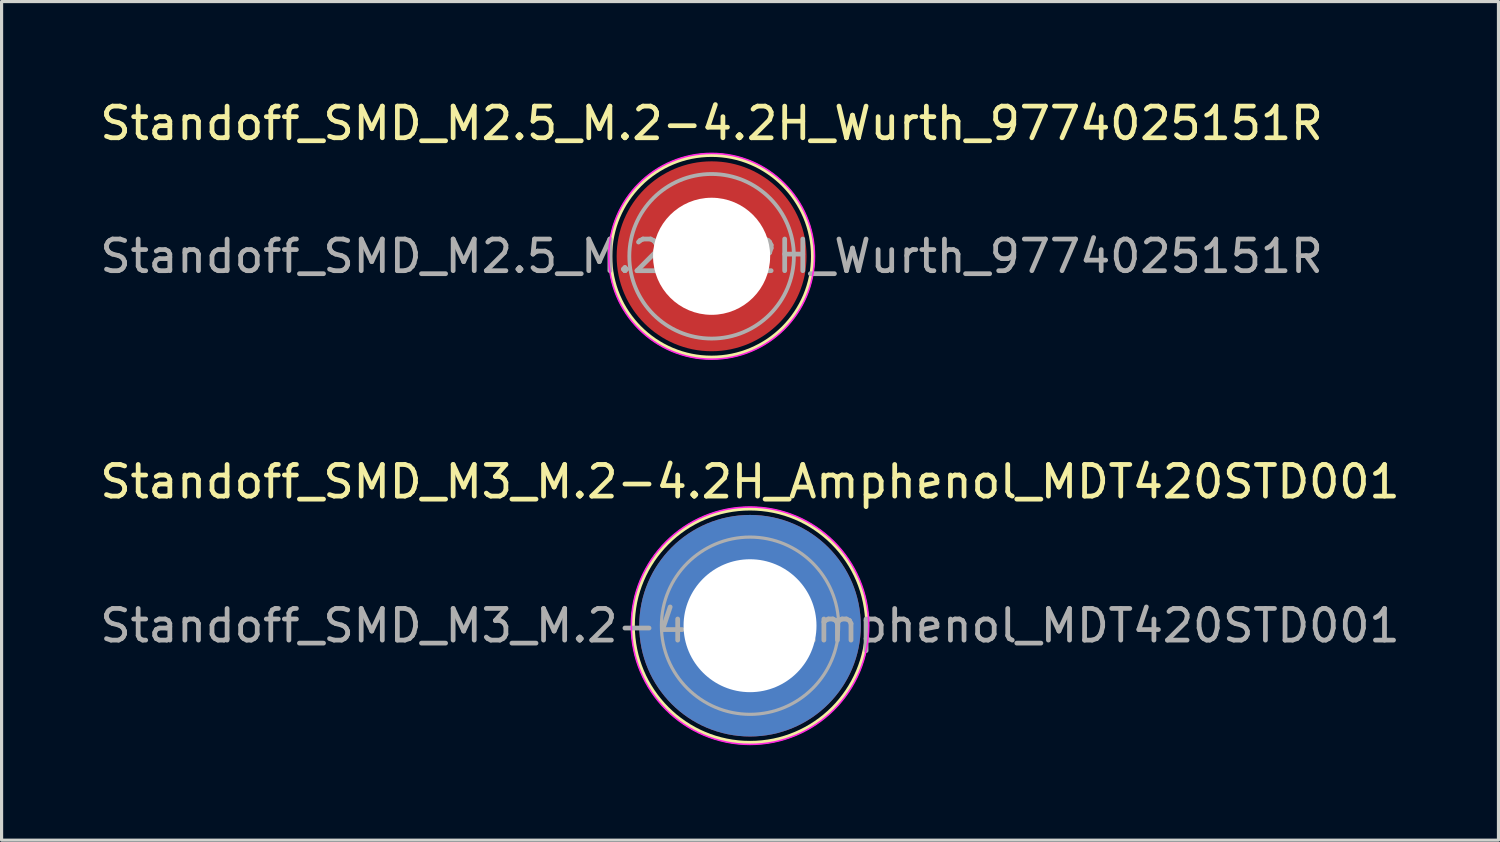
<source format=kicad_pcb>
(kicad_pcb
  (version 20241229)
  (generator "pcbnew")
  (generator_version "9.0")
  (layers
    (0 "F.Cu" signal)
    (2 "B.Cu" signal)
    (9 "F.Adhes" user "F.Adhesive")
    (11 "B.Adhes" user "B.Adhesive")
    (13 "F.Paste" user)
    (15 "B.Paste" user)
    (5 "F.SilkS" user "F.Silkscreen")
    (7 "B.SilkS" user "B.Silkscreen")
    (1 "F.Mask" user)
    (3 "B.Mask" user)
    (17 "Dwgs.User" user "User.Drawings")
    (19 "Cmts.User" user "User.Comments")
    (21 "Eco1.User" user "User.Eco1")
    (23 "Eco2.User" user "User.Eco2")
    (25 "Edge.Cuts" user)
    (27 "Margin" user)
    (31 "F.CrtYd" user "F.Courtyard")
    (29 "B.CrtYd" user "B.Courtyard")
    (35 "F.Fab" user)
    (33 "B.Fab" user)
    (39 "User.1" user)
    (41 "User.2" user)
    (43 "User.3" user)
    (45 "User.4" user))
  (footprint "Standoff_SMD_M2.5_M.2-4.2H_Wurth_9774025151R"
    (layer "F.Cu")
    (at 19.435 5.048)
    (property "Reference" "Standoff_SMD_M2.5_M.2-4.2H_Wurth_9774025151R" (at 0 -4.2 0) (unlocked yes) (layer "F.SilkS") (effects (font (size 1 1) (thickness 0.15))))
    (attr smd)
    (fp_circle (center 0 0) (end 3.2 0) (stroke (width 0.12) (type default)) (fill no) (layer "F.SilkS"))
    (fp_poly (pts (xy -1.865 0.335) (xy -1.86 0.369) (xy -1.845 0.434) (xy -1.815 0.549) (xy -1.79 0.623) (xy -1.755 0.713) (xy -1.735 0.763) (xy -1.691 0.858) (xy -1.651 0.933) (xy -1.581 1.047) (xy -1.536 1.112) (xy -1.501 1.157) (xy -1.441 1.232) (xy -1.391 1.287) (xy -1.351 1.331) (xy -1.312 1.366) (xy -1.232 1.441) (xy -1.177 1.486) (xy -1.132 1.521) (xy -1.077 1.561) (xy -1.022 1.596) (xy -0.957 1.636) (xy -0.888 1.676) (xy -0.808 1.715) (xy -0.728 1.75) (xy -0.643 1.785) (xy -0.569 1.81) (xy -0.494 1.83) (xy -0.414 1.85) (xy -0.364 1.86) (xy -0.34 1.865) (xy -0.32 1.865) (xy -0.32 2.911) (xy -0.351 2.905) (xy -0.421 2.895) (xy -0.511 2.88) (xy -0.591 2.865) (xy -0.666 2.85) (xy -0.766 2.825) (xy -0.851 2.8) (xy -0.942 2.77) (xy -1.012 2.745) (xy -1.092 2.715) (xy -1.177 2.68) (xy -1.252 2.645) (xy -1.372 2.584) (xy -1.442 2.544) (xy -1.513 2.504) (xy -1.583 2.459) (xy -1.623 2.434) (xy -1.688 2.389) (xy -1.738 2.354) (xy -1.783 2.319) (xy -1.848 2.269) (xy -1.913 2.214) (xy -1.953 2.179) (xy -2.018 2.119) (xy -2.079 2.059) (xy -2.129 2.008) (xy -2.169 1.963) (xy -2.209 1.918) (xy -2.264 1.853) (xy -2.304 1.803) (xy -2.349 1.743) (xy -2.399 1.673) (xy -2.444 1.608) (xy -2.494 1.528) (xy -2.529 1.473) (xy -2.574 1.387) (xy -2.614 1.317) (xy -2.655 1.232) (xy -2.685 1.162) (xy -2.73 1.057) (xy -2.765 0.957) (xy -2.79 0.882) (xy -2.815 0.801) (xy -2.845 0.681) (xy -2.865 0.596) (xy -2.88 0.516) (xy -2.895 0.431) (xy -2.905 0.35) (xy -2.905 0.32) (xy -1.865 0.32)) (stroke (width 0) (type default)) (fill yes) (layer "F.Paste"))
    (fp_poly (pts (xy -0.32 -1.865) (xy -0.335 -1.865) (xy -0.369 -1.86) (xy -0.434 -1.845) (xy -0.549 -1.815) (xy -0.623 -1.79) (xy -0.713 -1.755) (xy -0.763 -1.735) (xy -0.858 -1.691) (xy -0.933 -1.651) (xy -1.047 -1.581) (xy -1.112 -1.536) (xy -1.157 -1.501) (xy -1.232 -1.441) (xy -1.287 -1.391) (xy -1.331 -1.351) (xy -1.366 -1.312) (xy -1.441 -1.232) (xy -1.486 -1.177) (xy -1.521 -1.132) (xy -1.561 -1.077) (xy -1.596 -1.022) (xy -1.636 -0.957) (xy -1.676 -0.888) (xy -1.715 -0.808) (xy -1.75 -0.728) (xy -1.785 -0.643) (xy -1.81 -0.569) (xy -1.83 -0.494) (xy -1.85 -0.414) (xy -1.86 -0.364) (xy -1.865 -0.34) (xy -1.865 -0.32) (xy -2.911 -0.32) (xy -2.905 -0.351) (xy -2.895 -0.421) (xy -2.88 -0.511) (xy -2.865 -0.591) (xy -2.85 -0.666) (xy -2.825 -0.766) (xy -2.8 -0.851) (xy -2.77 -0.942) (xy -2.745 -1.012) (xy -2.715 -1.092) (xy -2.68 -1.177) (xy -2.645 -1.252) (xy -2.584 -1.372) (xy -2.544 -1.442) (xy -2.504 -1.513) (xy -2.459 -1.583) (xy -2.434 -1.623) (xy -2.389 -1.688) (xy -2.354 -1.738) (xy -2.319 -1.783) (xy -2.269 -1.848) (xy -2.214 -1.913) (xy -2.179 -1.953) (xy -2.119 -2.018) (xy -2.059 -2.079) (xy -2.008 -2.129) (xy -1.963 -2.169) (xy -1.918 -2.209) (xy -1.853 -2.264) (xy -1.803 -2.304) (xy -1.743 -2.349) (xy -1.673 -2.399) (xy -1.608 -2.444) (xy -1.528 -2.494) (xy -1.473 -2.529) (xy -1.387 -2.574) (xy -1.317 -2.614) (xy -1.232 -2.655) (xy -1.162 -2.685) (xy -1.057 -2.73) (xy -0.957 -2.765) (xy -0.882 -2.79) (xy -0.801 -2.815) (xy -0.681 -2.845) (xy -0.596 -2.865) (xy -0.516 -2.88) (xy -0.431 -2.895) (xy -0.35 -2.905) (xy -0.32 -2.905)) (stroke (width 0) (type default)) (fill yes) (layer "F.Paste"))
    (fp_poly (pts (xy 0.351 -2.905) (xy 0.421 -2.895) (xy 0.511 -2.88) (xy 0.591 -2.865) (xy 0.666 -2.85) (xy 0.766 -2.825) (xy 0.851 -2.8) (xy 0.942 -2.77) (xy 1.012 -2.745) (xy 1.092 -2.715) (xy 1.177 -2.68) (xy 1.252 -2.645) (xy 1.372 -2.584) (xy 1.442 -2.544) (xy 1.513 -2.504) (xy 1.583 -2.459) (xy 1.623 -2.434) (xy 1.688 -2.389) (xy 1.738 -2.354) (xy 1.783 -2.319) (xy 1.848 -2.269) (xy 1.913 -2.214) (xy 1.953 -2.179) (xy 2.018 -2.119) (xy 2.079 -2.059) (xy 2.129 -2.008) (xy 2.169 -1.963) (xy 2.209 -1.918) (xy 2.264 -1.853) (xy 2.304 -1.803) (xy 2.349 -1.743) (xy 2.399 -1.673) (xy 2.444 -1.608) (xy 2.494 -1.528) (xy 2.529 -1.473) (xy 2.574 -1.387) (xy 2.614 -1.317) (xy 2.655 -1.232) (xy 2.685 -1.162) (xy 2.73 -1.057) (xy 2.765 -0.957) (xy 2.79 -0.882) (xy 2.815 -0.801) (xy 2.845 -0.681) (xy 2.865 -0.596) (xy 2.88 -0.516) (xy 2.895 -0.431) (xy 2.905 -0.35) (xy 2.905 -0.32) (xy 1.865 -0.32) (xy 1.865 -0.335) (xy 1.86 -0.369) (xy 1.845 -0.434) (xy 1.815 -0.549) (xy 1.79 -0.623) (xy 1.755 -0.713) (xy 1.735 -0.763) (xy 1.691 -0.858) (xy 1.651 -0.933) (xy 1.581 -1.047) (xy 1.536 -1.112) (xy 1.501 -1.157) (xy 1.441 -1.232) (xy 1.391 -1.287) (xy 1.351 -1.331) (xy 1.312 -1.366) (xy 1.232 -1.441) (xy 1.177 -1.486) (xy 1.132 -1.521) (xy 1.077 -1.561) (xy 1.022 -1.596) (xy 0.957 -1.636) (xy 0.888 -1.676) (xy 0.808 -1.715) (xy 0.728 -1.75) (xy 0.643 -1.785) (xy 0.569 -1.81) (xy 0.494 -1.83) (xy 0.414 -1.85) (xy 0.364 -1.86) (xy 0.34 -1.865) (xy 0.32 -1.865) (xy 0.32 -2.911)) (stroke (width 0) (type default)) (fill yes) (layer "F.Paste"))
    (fp_poly (pts (xy 2.905 0.351) (xy 2.895 0.421) (xy 2.88 0.511) (xy 2.865 0.591) (xy 2.85 0.666) (xy 2.825 0.766) (xy 2.8 0.851) (xy 2.77 0.942) (xy 2.745 1.012) (xy 2.715 1.092) (xy 2.68 1.177) (xy 2.645 1.252) (xy 2.584 1.372) (xy 2.544 1.442) (xy 2.504 1.513) (xy 2.459 1.583) (xy 2.434 1.623) (xy 2.389 1.688) (xy 2.354 1.738) (xy 2.319 1.783) (xy 2.269 1.848) (xy 2.214 1.913) (xy 2.179 1.953) (xy 2.119 2.018) (xy 2.059 2.079) (xy 2.008 2.129) (xy 1.963 2.169) (xy 1.918 2.209) (xy 1.853 2.264) (xy 1.803 2.304) (xy 1.743 2.349) (xy 1.673 2.399) (xy 1.608 2.444) (xy 1.528 2.494) (xy 1.473 2.529) (xy 1.387 2.574) (xy 1.317 2.614) (xy 1.232 2.655) (xy 1.162 2.685) (xy 1.057 2.73) (xy 0.957 2.765) (xy 0.882 2.79) (xy 0.801 2.815) (xy 0.681 2.845) (xy 0.596 2.865) (xy 0.516 2.88) (xy 0.431 2.895) (xy 0.35 2.905) (xy 0.32 2.905) (xy 0.32 1.865) (xy 0.335 1.865) (xy 0.369 1.86) (xy 0.434 1.845) (xy 0.549 1.815) (xy 0.623 1.79) (xy 0.713 1.755) (xy 0.763 1.735) (xy 0.858 1.691) (xy 0.933 1.651) (xy 1.047 1.581) (xy 1.112 1.536) (xy 1.157 1.501) (xy 1.232 1.441) (xy 1.287 1.391) (xy 1.331 1.351) (xy 1.366 1.312) (xy 1.441 1.232) (xy 1.486 1.177) (xy 1.521 1.132) (xy 1.561 1.077) (xy 1.596 1.022) (xy 1.636 0.957) (xy 1.676 0.888) (xy 1.715 0.808) (xy 1.75 0.728) (xy 1.785 0.643) (xy 1.81 0.569) (xy 1.83 0.494) (xy 1.85 0.414) (xy 1.86 0.364) (xy 1.865 0.34) (xy 1.865 0.32) (xy 2.911 0.32)) (stroke (width 0) (type default)) (fill yes) (layer "F.Paste"))
    (fp_circle (center 0 0) (end 3.25 0) (stroke (width 0.05) (type default)) (fill no) (layer "F.CrtYd"))
    (fp_circle (center 0 0) (end 2.6 0) (stroke (width 0.12) (type default)) (fill no) (layer "F.Fab"))
    (fp_text user "${REFERENCE}" (at 0 0 0) (unlocked yes) (layer "F.Fab") (effects (font (size 1 1) (thickness 0.15))))
    (pad "" np_thru_hole circle (at 0 0) (size 3.7 3.7) (drill 3.7) (layers "*.Cu" "*.Mask"))
    (pad "1" smd circle (at 0 0) (size 6 6) (layers "F.Cu" "F.Mask")))
  (footprint "Standoff_SMD_M3_M.2-4.2H_Amphenol_MDT420STD001"
    (layer "F.Cu")
    (at 20.649 16.721)
    (property "Reference" "Standoff_SMD_M3_M.2-4.2H_Amphenol_MDT420STD001" (at 0 -4.55 0) (unlocked yes) (layer "F.SilkS") (effects (font (size 1 1) (thickness 0.15))))
    (attr smd)
    (fp_circle (center 0 0) (end 3.7 0) (stroke (width 0.12) (type default)) (fill no) (layer "F.SilkS"))
    (fp_circle (center 0 0) (end 3.75 0) (stroke (width 0.05) (type default)) (fill no) (layer "F.CrtYd"))
    (fp_circle (center 0 0) (end 2.8 0) (stroke (width 0.1) (type default)) (fill no) (layer "F.Fab"))
    (fp_text user "${REFERENCE}" (at 0 0 0) (unlocked yes) (layer "F.Fab") (effects (font (size 1 1) (thickness 0.15))))
    (pad "1" thru_hole circle (at 0 0) (size 7 7) (drill 4.2) (layers "*.Cu" "*.Mask" "F.Paste")))
  (gr_rect
    (start -3 -3)
    (end 44.298 23.497)
    (stroke (width 0.1) (type default))
    (fill no)
    (layer "Edge.Cuts")))
</source>
